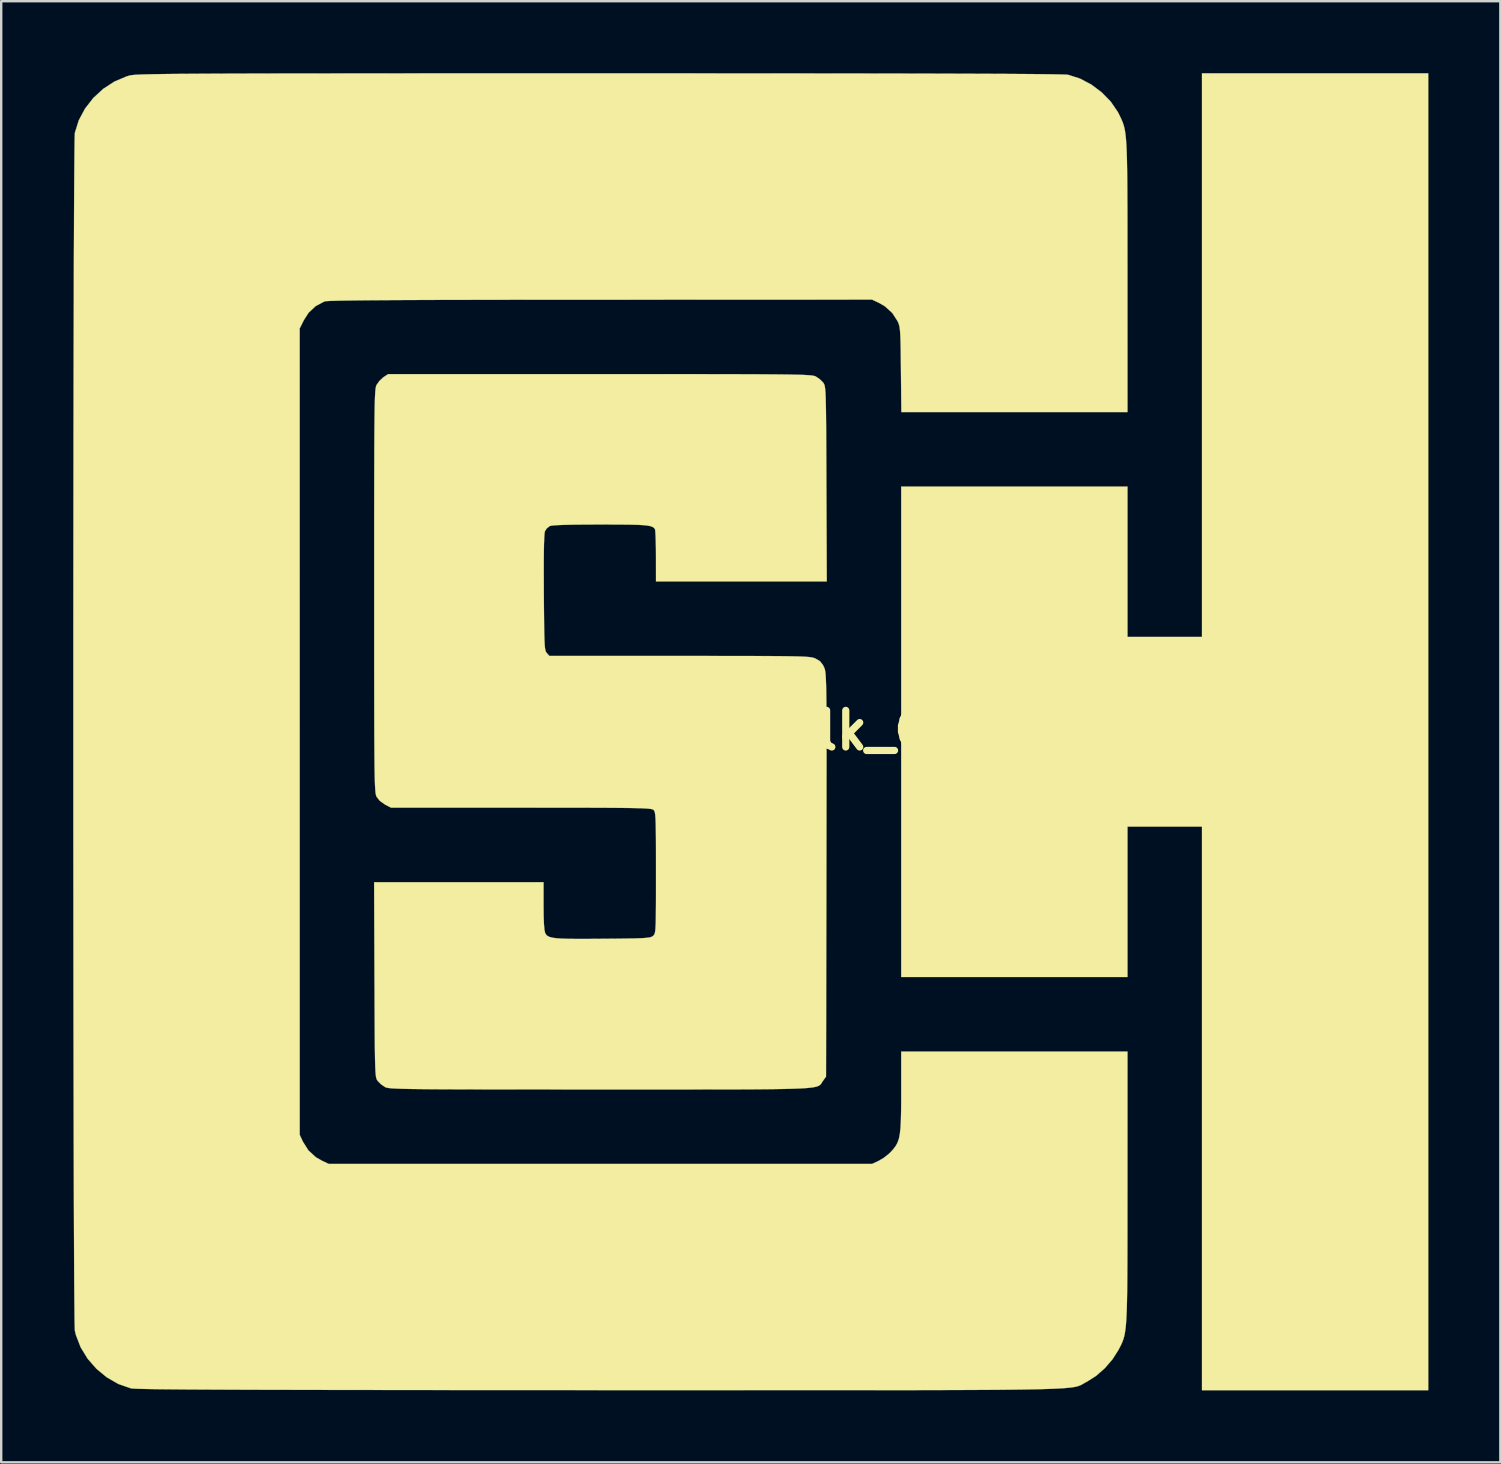
<source format=kicad_pcb>
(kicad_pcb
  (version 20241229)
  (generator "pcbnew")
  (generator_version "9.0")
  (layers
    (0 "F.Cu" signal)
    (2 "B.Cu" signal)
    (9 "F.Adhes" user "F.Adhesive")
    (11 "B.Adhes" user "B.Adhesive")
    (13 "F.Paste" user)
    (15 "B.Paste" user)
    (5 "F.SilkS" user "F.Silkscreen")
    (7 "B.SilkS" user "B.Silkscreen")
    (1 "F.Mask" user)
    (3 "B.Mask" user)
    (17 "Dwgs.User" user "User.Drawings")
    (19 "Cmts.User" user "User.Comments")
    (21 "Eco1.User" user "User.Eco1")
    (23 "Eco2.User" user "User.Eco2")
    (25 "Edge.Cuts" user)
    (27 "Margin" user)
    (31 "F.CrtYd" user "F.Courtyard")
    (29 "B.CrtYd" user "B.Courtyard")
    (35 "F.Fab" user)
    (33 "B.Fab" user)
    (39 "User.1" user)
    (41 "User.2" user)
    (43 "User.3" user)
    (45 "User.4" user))
  (footprint "CSH_logo_Fsilk_GIANT"
    (layer "F.Cu")
    (at 28.231 27.381)
    (property "Reference" "CSH_logo_Fsilk_GIANT" (at 0 0 0) (layer "F.SilkS") (effects (font (size 1.524 1.524) (thickness 0.3))))
    (attr through_hole)
    (fp_poly (pts (xy 28.222 27.488) (xy 18.796 27.488) (xy 18.796 4.008) (xy 15.692 4.008) (xy 15.692 10.273) (xy 6.265 10.273) (xy 6.265 -10.16) (xy 15.692 -10.16) (xy 15.692 -3.895) (xy 18.796 -3.895) (xy 18.796 -27.376) (xy 28.222 -27.376) (xy 28.222 27.488)) (stroke (width 0.01) (type solid)) (fill yes) (layer "F.SilkS"))
    (fp_poly (pts (xy -4.379 -27.375) (xy -2.568 -27.375) (xy -0.865 -27.374) (xy 0.73 -27.374) (xy 2.22 -27.372) (xy 3.606 -27.371) (xy 4.891 -27.369) (xy 6.075 -27.367) (xy 7.162 -27.365) (xy 8.152 -27.362) (xy 9.048 -27.359) (xy 9.851 -27.356) (xy 10.564 -27.353) (xy 11.188 -27.349) (xy 11.725 -27.345) (xy 12.176 -27.34) (xy 12.545 -27.335) (xy 12.832 -27.33) (xy 13.04 -27.325) (xy 13.17 -27.319) (xy 13.219 -27.314) (xy 13.708 -27.159) (xy 14.182 -26.91) (xy 14.617 -26.584) (xy 14.993 -26.199) (xy 15.286 -25.772) (xy 15.344 -25.66) (xy 15.398 -25.547) (xy 15.447 -25.443) (xy 15.49 -25.34) (xy 15.527 -25.233) (xy 15.56 -25.113) (xy 15.588 -24.974) (xy 15.611 -24.809) (xy 15.631 -24.611) (xy 15.647 -24.372) (xy 15.66 -24.086) (xy 15.67 -23.746) (xy 15.677 -23.345) (xy 15.683 -22.876) (xy 15.686 -22.331) (xy 15.689 -21.704) (xy 15.69 -20.987) (xy 15.69 -20.175) (xy 15.691 -19.259) (xy 15.691 -18.895) (xy 15.692 -13.264) (xy 6.271 -13.264) (xy 6.254 -15.028) (xy 6.249 -15.524) (xy 6.244 -15.921) (xy 6.237 -16.231) (xy 6.228 -16.469) (xy 6.216 -16.648) (xy 6.2 -16.781) (xy 6.179 -16.882) (xy 6.153 -16.965) (xy 6.119 -17.042) (xy 6.117 -17.046) (xy 5.893 -17.393) (xy 5.583 -17.673) (xy 5.334 -17.816) (xy 5.052 -17.948) (xy -6.265 -17.944) (xy -7.681 -17.944) (xy -8.988 -17.943) (xy -10.188 -17.942) (xy -11.285 -17.94) (xy -12.284 -17.938) (xy -13.186 -17.936) (xy -13.996 -17.933) (xy -14.716 -17.93) (xy -15.351 -17.926) (xy -15.904 -17.922) (xy -16.377 -17.917) (xy -16.775 -17.912) (xy -17.101 -17.906) (xy -17.358 -17.9) (xy -17.55 -17.893) (xy -17.679 -17.886) (xy -17.75 -17.878) (xy -17.762 -17.874) (xy -18.128 -17.681) (xy -18.427 -17.4) (xy -18.619 -17.1) (xy -18.796 -16.746) (xy -18.795 0.051) (xy -18.795 16.849) (xy -18.663 17.132) (xy -18.434 17.495) (xy -18.125 17.78) (xy -17.866 17.929) (xy -17.582 18.061) (xy 5.052 18.061) (xy 5.334 17.929) (xy 5.536 17.809) (xy 5.746 17.644) (xy 5.852 17.54) (xy 5.961 17.415) (xy 6.049 17.293) (xy 6.118 17.16) (xy 6.171 17.003) (xy 6.209 16.808) (xy 6.236 16.562) (xy 6.252 16.252) (xy 6.261 15.864) (xy 6.265 15.385) (xy 6.265 15.032) (xy 6.265 13.377) (xy 15.692 13.377) (xy 15.691 19.008) (xy 15.69 19.966) (xy 15.69 20.818) (xy 15.689 21.572) (xy 15.687 22.233) (xy 15.684 22.81) (xy 15.679 23.309) (xy 15.672 23.736) (xy 15.663 24.1) (xy 15.65 24.406) (xy 15.635 24.663) (xy 15.616 24.876) (xy 15.592 25.054) (xy 15.565 25.202) (xy 15.532 25.328) (xy 15.494 25.439) (xy 15.451 25.542) (xy 15.402 25.644) (xy 15.346 25.751) (xy 15.316 25.81) (xy 15.068 26.199) (xy 14.75 26.568) (xy 14.389 26.887) (xy 14.016 27.125) (xy 13.998 27.135) (xy 13.937 27.167) (xy 13.885 27.197) (xy 13.838 27.225) (xy 13.793 27.251) (xy 13.745 27.275) (xy 13.692 27.298) (xy 13.63 27.319) (xy 13.555 27.339) (xy 13.463 27.357) (xy 13.352 27.373) (xy 13.217 27.388) (xy 13.055 27.402) (xy 12.862 27.414) (xy 12.634 27.425) (xy 12.369 27.435) (xy 12.063 27.444) (xy 11.711 27.452) (xy 11.311 27.459) (xy 10.858 27.465) (xy 10.35 27.47) (xy 9.783 27.474) (xy 9.152 27.477) (xy 8.455 27.48) (xy 7.688 27.482) (xy 6.847 27.484) (xy 5.928 27.485) (xy 4.929 27.486) (xy 3.846 27.486) (xy 2.674 27.486) (xy 1.411 27.486) (xy 0.052 27.486) (xy -1.405 27.485) (xy -2.964 27.485) (xy -4.63 27.484) (xy -6.291 27.484) (xy -8.108 27.483) (xy -9.815 27.482) (xy -11.415 27.482) (xy -12.911 27.481) (xy -14.307 27.48) (xy -15.605 27.478) (xy -16.809 27.477) (xy -17.921 27.475) (xy -18.946 27.473) (xy -19.885 27.471) (xy -20.742 27.469) (xy -21.52 27.466) (xy -22.222 27.463) (xy -22.851 27.46) (xy -23.411 27.457) (xy -23.904 27.453) (xy -24.333 27.449) (xy -24.701 27.445) (xy -25.012 27.44) (xy -25.269 27.435) (xy -25.475 27.43) (xy -25.632 27.424) (xy -25.744 27.418) (xy -25.814 27.411) (xy -25.836 27.407) (xy -26.351 27.227) (xy -26.832 26.951) (xy -27.263 26.595) (xy -27.631 26.174) (xy -27.92 25.701) (xy -28.117 25.193) (xy -28.16 25.016) (xy -28.165 24.935) (xy -28.17 24.746) (xy -28.175 24.453) (xy -28.179 24.06) (xy -28.184 23.572) (xy -28.188 22.994) (xy -28.192 22.329) (xy -28.195 21.582) (xy -28.199 20.758) (xy -28.202 19.861) (xy -28.205 18.896) (xy -28.208 17.866) (xy -28.211 16.777) (xy -28.213 15.633) (xy -28.215 14.438) (xy -28.217 13.197) (xy -28.219 11.913) (xy -28.221 10.593) (xy -28.222 9.239) (xy -28.223 7.857) (xy -28.224 6.451) (xy -28.225 5.026) (xy -28.226 3.585) (xy -28.226 2.133) (xy -28.226 0.675) (xy -28.226 -0.785) (xy -28.226 -2.242) (xy -28.226 -3.693) (xy -28.225 -5.131) (xy -28.224 -6.554) (xy -28.223 -7.957) (xy -28.222 -9.335) (xy -28.22 -10.684) (xy -28.219 -11.999) (xy -28.217 -13.276) (xy -28.215 -14.51) (xy -28.213 -15.698) (xy -28.21 -16.834) (xy -28.207 -17.914) (xy -28.205 -18.934) (xy -28.202 -19.89) (xy -28.198 -20.776) (xy -28.195 -21.588) (xy -28.191 -22.323) (xy -28.187 -22.975) (xy -28.183 -23.54) (xy -28.179 -24.014) (xy -28.174 -24.391) (xy -28.17 -24.669) (xy -28.165 -24.842) (xy -28.16 -24.903) (xy -27.998 -25.42) (xy -27.738 -25.906) (xy -27.395 -26.347) (xy -26.983 -26.727) (xy -26.516 -27.032) (xy -26.01 -27.246) (xy -25.872 -27.286) (xy -25.832 -27.294) (xy -25.778 -27.302) (xy -25.705 -27.309) (xy -25.61 -27.316) (xy -25.489 -27.322) (xy -25.339 -27.328) (xy -25.156 -27.333) (xy -24.937 -27.338) (xy -24.678 -27.343) (xy -24.376 -27.347) (xy -24.026 -27.351) (xy -23.627 -27.354) (xy -23.173 -27.357) (xy -22.661 -27.36) (xy -22.089 -27.363) (xy -21.452 -27.365) (xy -20.747 -27.367) (xy -19.97 -27.369) (xy -19.118 -27.37) (xy -18.187 -27.371) (xy -17.174 -27.372) (xy -16.076 -27.373) (xy -14.887 -27.374) (xy -13.606 -27.375) (xy -12.229 -27.375) (xy -10.752 -27.375) (xy -9.171 -27.375) (xy -7.483 -27.376) (xy -6.302 -27.376) (xy -4.379 -27.375)) (stroke (width 0.01) (type solid)) (fill yes) (layer "F.SilkS"))
    (fp_poly (pts (xy -6.299 -14.845) (xy -5.13 -14.845) (xy -4.068 -14.845) (xy -3.109 -14.844) (xy -2.246 -14.843) (xy -1.475 -14.842) (xy -0.791 -14.841) (xy -0.187 -14.839) (xy 0.341 -14.837) (xy 0.798 -14.834) (xy 1.19 -14.831) (xy 1.523 -14.827) (xy 1.801 -14.822) (xy 2.029 -14.816) (xy 2.214 -14.81) (xy 2.36 -14.802) (xy 2.473 -14.794) (xy 2.558 -14.784) (xy 2.62 -14.774) (xy 2.665 -14.762) (xy 2.698 -14.75) (xy 2.705 -14.746) (xy 2.871 -14.634) (xy 3.009 -14.497) (xy 3.016 -14.488) (xy 3.038 -14.456) (xy 3.057 -14.418) (xy 3.074 -14.367) (xy 3.088 -14.295) (xy 3.1 -14.195) (xy 3.11 -14.057) (xy 3.118 -13.874) (xy 3.124 -13.637) (xy 3.13 -13.34) (xy 3.134 -12.974) (xy 3.138 -12.531) (xy 3.141 -12.002) (xy 3.144 -11.381) (xy 3.147 -10.659) (xy 3.148 -10.269) (xy 3.164 -6.209) (xy -3.951 -6.209) (xy -3.952 -7.267) (xy -3.954 -7.604) (xy -3.961 -7.903) (xy -3.97 -8.146) (xy -3.981 -8.314) (xy -3.994 -8.388) (xy -4.035 -8.437) (xy -4.091 -8.477) (xy -4.174 -8.509) (xy -4.296 -8.534) (xy -4.466 -8.552) (xy -4.697 -8.565) (xy -5 -8.573) (xy -5.385 -8.577) (xy -5.865 -8.579) (xy -6.259 -8.58) (xy -6.878 -8.578) (xy -7.386 -8.573) (xy -7.788 -8.564) (xy -8.084 -8.552) (xy -8.279 -8.536) (xy -8.376 -8.516) (xy -8.503 -8.415) (xy -8.578 -8.302) (xy -8.595 -8.21) (xy -8.608 -8.023) (xy -8.618 -7.739) (xy -8.624 -7.353) (xy -8.627 -6.863) (xy -8.626 -6.266) (xy -8.624 -5.747) (xy -8.62 -5.162) (xy -8.615 -4.679) (xy -8.611 -4.287) (xy -8.605 -3.978) (xy -8.597 -3.739) (xy -8.588 -3.561) (xy -8.576 -3.433) (xy -8.56 -3.345) (xy -8.541 -3.285) (xy -8.518 -3.245) (xy -8.5 -3.223) (xy -8.393 -3.104) (xy -2.969 -3.103) (xy -2.064 -3.103) (xy -1.266 -3.102) (xy -0.567 -3.102) (xy 0.041 -3.1) (xy 0.563 -3.099) (xy 1.007 -3.096) (xy 1.38 -3.093) (xy 1.689 -3.088) (xy 1.94 -3.083) (xy 2.141 -3.076) (xy 2.299 -3.067) (xy 2.42 -3.058) (xy 2.512 -3.046) (xy 2.581 -3.033) (xy 2.634 -3.017) (xy 2.679 -3) (xy 2.698 -2.992) (xy 2.879 -2.884) (xy 2.999 -2.735) (xy 3.051 -2.631) (xy 3.066 -2.595) (xy 3.08 -2.555) (xy 3.092 -2.505) (xy 3.103 -2.44) (xy 3.113 -2.354) (xy 3.121 -2.242) (xy 3.128 -2.098) (xy 3.135 -1.917) (xy 3.14 -1.693) (xy 3.144 -1.421) (xy 3.148 -1.096) (xy 3.15 -0.711) (xy 3.152 -0.261) (xy 3.153 0.259) (xy 3.154 0.854) (xy 3.154 1.531) (xy 3.153 2.295) (xy 3.152 3.151) (xy 3.151 4.105) (xy 3.149 5.162) (xy 3.148 6.021) (xy 3.133 14.422) (xy 2.997 14.611) (xy 2.967 14.657) (xy 2.942 14.698) (xy 2.916 14.735) (xy 2.883 14.769) (xy 2.839 14.799) (xy 2.779 14.826) (xy 2.697 14.849) (xy 2.588 14.87) (xy 2.446 14.888) (xy 2.267 14.903) (xy 2.044 14.916) (xy 1.774 14.926) (xy 1.451 14.935) (xy 1.068 14.942) (xy 0.622 14.948) (xy 0.107 14.952) (xy -0.483 14.955) (xy -1.152 14.956) (xy -1.906 14.957) (xy -2.75 14.958) (xy -3.69 14.958) (xy -4.73 14.958) (xy -5.877 14.958) (xy -6.278 14.958) (xy -7.444 14.958) (xy -8.502 14.957) (xy -9.459 14.957) (xy -10.318 14.956) (xy -11.086 14.955) (xy -11.768 14.954) (xy -12.368 14.952) (xy -12.893 14.95) (xy -13.348 14.947) (xy -13.738 14.943) (xy -14.068 14.939) (xy -14.343 14.934) (xy -14.57 14.929) (xy -14.753 14.922) (xy -14.897 14.915) (xy -15.009 14.906) (xy -15.092 14.897) (xy -15.154 14.886) (xy -15.198 14.875) (xy -15.23 14.862) (xy -15.236 14.859) (xy -15.401 14.747) (xy -15.54 14.61) (xy -15.546 14.601) (xy -15.569 14.568) (xy -15.588 14.531) (xy -15.605 14.48) (xy -15.619 14.408) (xy -15.63 14.308) (xy -15.64 14.17) (xy -15.648 13.987) (xy -15.655 13.751) (xy -15.66 13.453) (xy -15.665 13.087) (xy -15.668 12.644) (xy -15.671 12.116) (xy -15.674 11.495) (xy -15.677 10.772) (xy -15.679 10.382) (xy -15.694 6.322) (xy -8.636 6.322) (xy -8.636 7.307) (xy -8.632 7.727) (xy -8.62 8.059) (xy -8.6 8.296) (xy -8.573 8.429) (xy -8.57 8.436) (xy -8.533 8.502) (xy -8.479 8.557) (xy -8.398 8.6) (xy -8.279 8.633) (xy -8.113 8.657) (xy -7.887 8.673) (xy -7.592 8.683) (xy -7.216 8.687) (xy -6.75 8.686) (xy -6.182 8.682) (xy -6.144 8.682) (xy -5.621 8.677) (xy -5.198 8.672) (xy -4.865 8.666) (xy -4.61 8.658) (xy -4.42 8.648) (xy -4.285 8.635) (xy -4.193 8.619) (xy -4.131 8.598) (xy -4.088 8.572) (xy -4.07 8.557) (xy -4.042 8.529) (xy -4.018 8.494) (xy -3.999 8.443) (xy -3.984 8.364) (xy -3.973 8.248) (xy -3.964 8.085) (xy -3.958 7.864) (xy -3.955 7.575) (xy -3.952 7.209) (xy -3.951 6.754) (xy -3.951 6.201) (xy -3.951 5.927) (xy -3.951 5.326) (xy -3.952 4.828) (xy -3.954 4.422) (xy -3.958 4.099) (xy -3.963 3.849) (xy -3.971 3.662) (xy -3.982 3.526) (xy -3.995 3.433) (xy -4.012 3.372) (xy -4.033 3.334) (xy -4.054 3.311) (xy -4.078 3.295) (xy -4.119 3.281) (xy -4.181 3.269) (xy -4.273 3.259) (xy -4.402 3.25) (xy -4.573 3.242) (xy -4.793 3.236) (xy -5.07 3.231) (xy -5.41 3.227) (xy -5.819 3.223) (xy -6.304 3.221) (xy -6.873 3.219) (xy -7.531 3.218) (xy -8.286 3.218) (xy -9.144 3.217) (xy -9.574 3.217) (xy -14.99 3.217) (xy -15.238 3.09) (xy -15.455 2.937) (xy -15.589 2.767) (xy -15.603 2.736) (xy -15.615 2.697) (xy -15.627 2.645) (xy -15.637 2.573) (xy -15.646 2.476) (xy -15.654 2.349) (xy -15.661 2.186) (xy -15.667 1.981) (xy -15.672 1.731) (xy -15.677 1.428) (xy -15.68 1.067) (xy -15.683 0.644) (xy -15.686 0.151) (xy -15.688 -0.415) (xy -15.689 -1.06) (xy -15.69 -1.791) (xy -15.691 -2.612) (xy -15.691 -3.529) (xy -15.691 -4.547) (xy -15.691 -5.671) (xy -15.691 -5.813) (xy -15.691 -6.952) (xy -15.691 -7.984) (xy -15.691 -8.914) (xy -15.69 -9.748) (xy -15.689 -10.49) (xy -15.687 -11.147) (xy -15.686 -11.723) (xy -15.683 -12.225) (xy -15.68 -12.658) (xy -15.676 -13.026) (xy -15.672 -13.336) (xy -15.667 -13.594) (xy -15.661 -13.803) (xy -15.654 -13.971) (xy -15.646 -14.102) (xy -15.637 -14.202) (xy -15.627 -14.276) (xy -15.615 -14.33) (xy -15.603 -14.369) (xy -15.593 -14.392) (xy -15.476 -14.558) (xy -15.322 -14.703) (xy -15.302 -14.717) (xy -15.11 -14.845) (xy -6.299 -14.845)) (stroke (width 0.01) (type solid)) (fill yes) (layer "F.SilkS")))
  (gr_rect
    (start -3 -3)
    (end 59.458 57.874)
    (stroke (width 0.1) (type default))
    (fill no)
    (layer "Edge.Cuts")))
</source>
